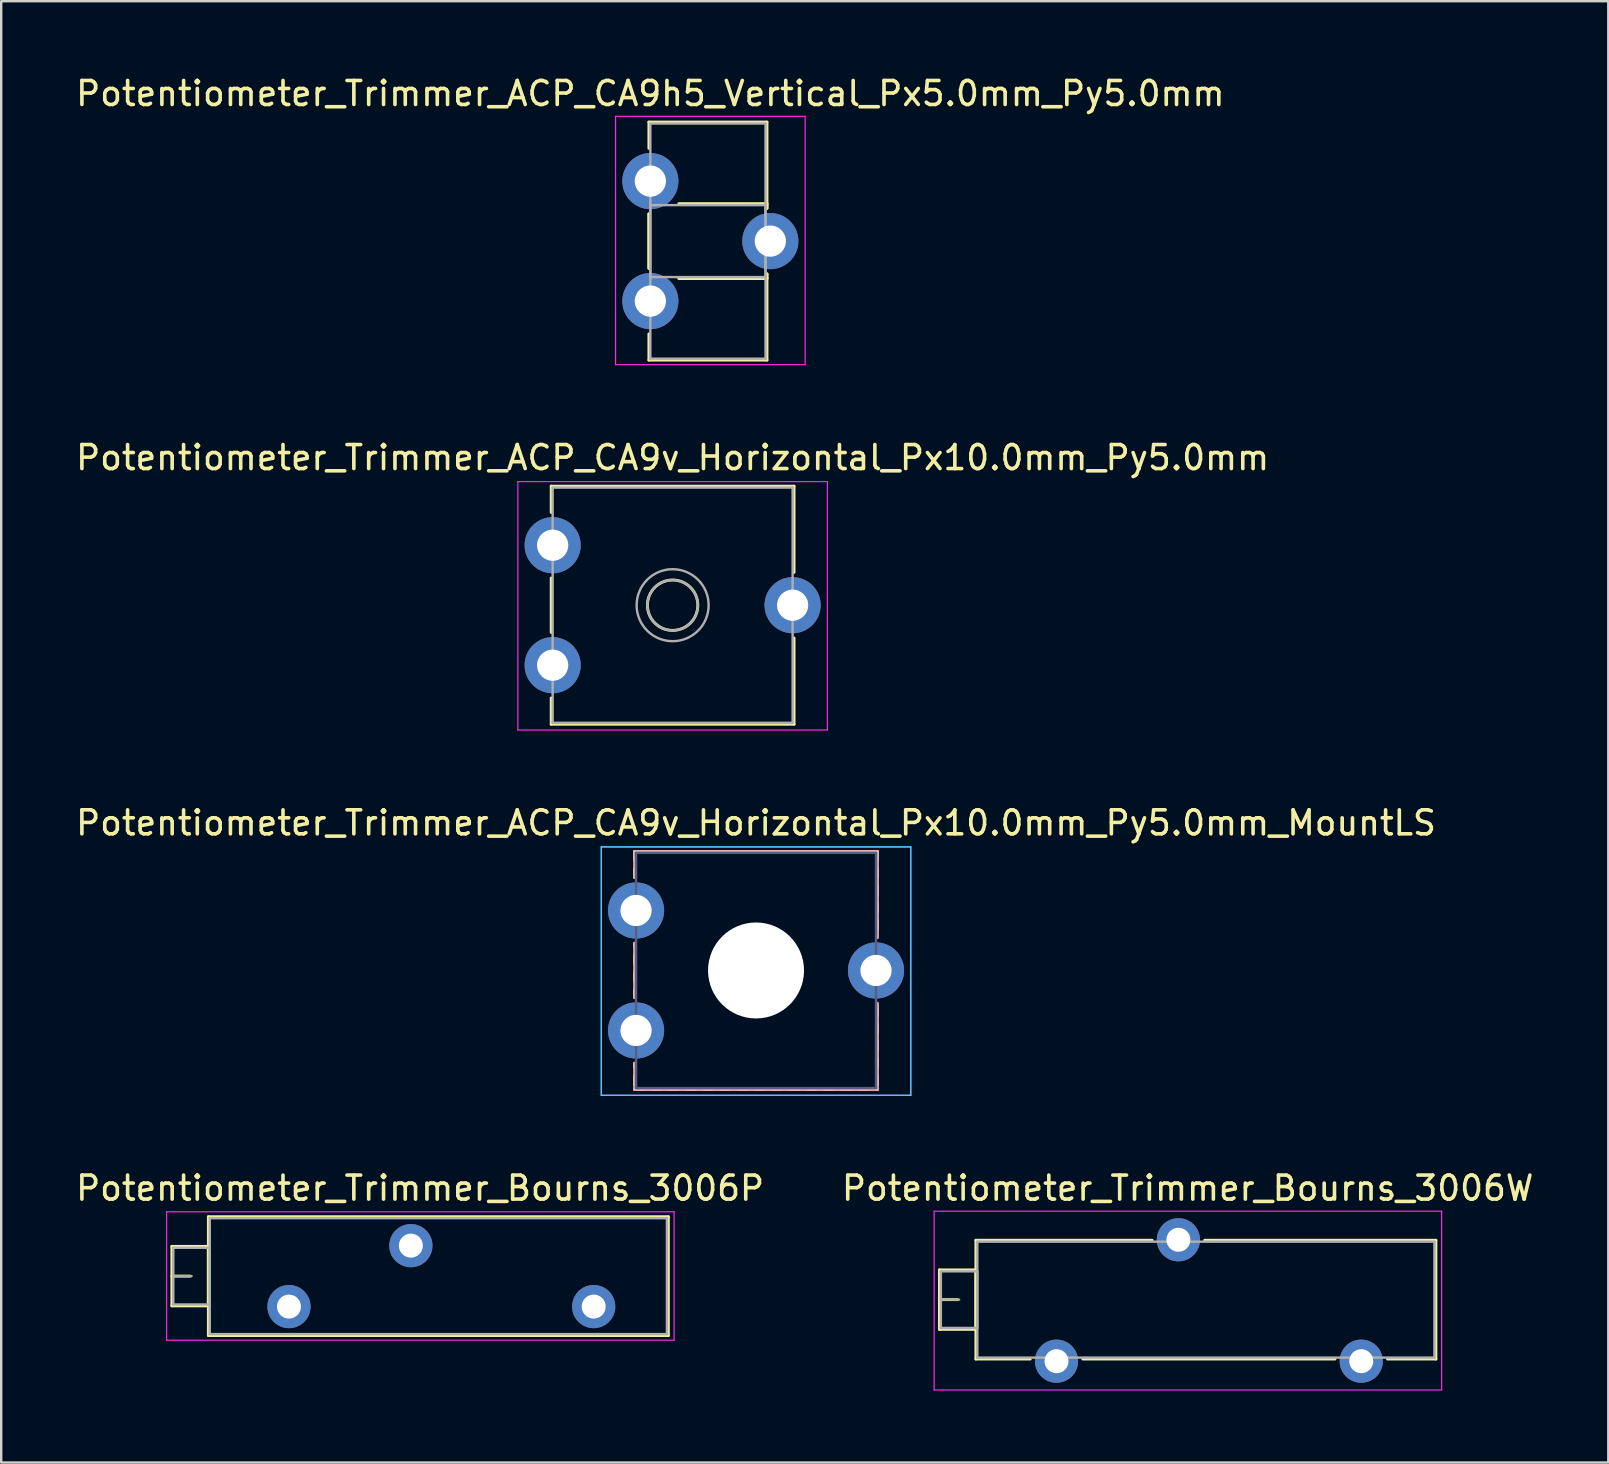
<source format=kicad_pcb>
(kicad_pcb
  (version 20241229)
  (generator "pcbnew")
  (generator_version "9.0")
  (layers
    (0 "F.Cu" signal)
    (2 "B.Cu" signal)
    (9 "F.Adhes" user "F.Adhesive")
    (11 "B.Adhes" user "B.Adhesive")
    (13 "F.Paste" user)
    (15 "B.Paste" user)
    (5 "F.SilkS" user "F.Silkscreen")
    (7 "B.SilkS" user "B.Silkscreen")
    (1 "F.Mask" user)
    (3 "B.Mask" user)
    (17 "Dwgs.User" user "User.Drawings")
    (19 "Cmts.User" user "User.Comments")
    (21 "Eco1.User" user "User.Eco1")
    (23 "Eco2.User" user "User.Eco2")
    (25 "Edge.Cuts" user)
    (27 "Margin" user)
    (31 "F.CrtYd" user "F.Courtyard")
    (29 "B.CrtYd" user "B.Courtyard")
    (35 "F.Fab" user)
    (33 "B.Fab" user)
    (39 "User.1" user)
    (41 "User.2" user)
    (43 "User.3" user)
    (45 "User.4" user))
  (footprint "Potentiometer_Trimmer_ACP_CA9h5_Vertical_Px5.0mm_Py5.0mm"
    (layer "F.Cu")
    (at 24.054 4.498)
    (property "Reference" "Potentiometer_Trimmer_ACP_CA9h5_Vertical_Px5.0mm_Py5.0mm" (at 0 -3.65 0) (layer "F.SilkS") (effects (font (size 1 1) (thickness 0.15))))
    (attr through_hole)
    (fp_line (start -0.061 -2.461) (end -0.061 -1.365) (stroke (width 0.12) (type solid)) (layer "F.SilkS"))
    (fp_line (start -0.061 -2.461) (end 4.86 -2.461) (stroke (width 0.12) (type solid)) (layer "F.SilkS"))
    (fp_line (start -0.061 1.365) (end -0.061 3.635) (stroke (width 0.12) (type solid)) (layer "F.SilkS"))
    (fp_line (start -0.061 1.365) (end -0.061 3.635) (stroke (width 0.12) (type solid)) (layer "F.SilkS"))
    (fp_line (start -0.061 6.365) (end -0.061 7.46) (stroke (width 0.12) (type solid)) (layer "F.SilkS"))
    (fp_line (start -0.061 7.46) (end 4.86 7.46) (stroke (width 0.12) (type solid)) (layer "F.SilkS"))
    (fp_line (start 1.185 0.94) (end 4.86 0.94) (stroke (width 0.12) (type solid)) (layer "F.SilkS"))
    (fp_line (start 1.185 4.061) (end 4.86 4.061) (stroke (width 0.12) (type solid)) (layer "F.SilkS"))
    (fp_line (start 4.86 -2.461) (end 4.86 1.135) (stroke (width 0.12) (type solid)) (layer "F.SilkS"))
    (fp_line (start 4.86 0.94) (end 4.86 1.135) (stroke (width 0.12) (type solid)) (layer "F.SilkS"))
    (fp_line (start 4.86 3.865) (end 4.86 4.061) (stroke (width 0.12) (type solid)) (layer "F.SilkS"))
    (fp_line (start 4.86 3.865) (end 4.86 7.46) (stroke (width 0.12) (type solid)) (layer "F.SilkS"))
    (fp_line (start -1.45 -2.7) (end -1.45 7.65) (stroke (width 0.05) (type solid)) (layer "F.CrtYd"))
    (fp_line (start -1.45 7.65) (end 6.45 7.65) (stroke (width 0.05) (type solid)) (layer "F.CrtYd"))
    (fp_line (start 6.45 -2.7) (end -1.45 -2.7) (stroke (width 0.05) (type solid)) (layer "F.CrtYd"))
    (fp_line (start 6.45 7.65) (end 6.45 -2.7) (stroke (width 0.05) (type solid)) (layer "F.CrtYd"))
    (fp_line (start 0 -2.4) (end 4.8 -2.4) (stroke (width 0.1) (type solid)) (layer "F.Fab"))
    (fp_line (start 0 1) (end 0 4) (stroke (width 0.1) (type solid)) (layer "F.Fab"))
    (fp_line (start 0 4) (end 4.8 4) (stroke (width 0.1) (type solid)) (layer "F.Fab"))
    (fp_line (start 0 7.4) (end 0 -2.4) (stroke (width 0.1) (type solid)) (layer "F.Fab"))
    (fp_line (start 4.8 -2.4) (end 4.8 7.4) (stroke (width 0.1) (type solid)) (layer "F.Fab"))
    (fp_line (start 4.8 1) (end 0 1) (stroke (width 0.1) (type solid)) (layer "F.Fab"))
    (fp_line (start 4.8 4) (end 4.8 1) (stroke (width 0.1) (type solid)) (layer "F.Fab"))
    (fp_line (start 4.8 7.4) (end 0 7.4) (stroke (width 0.1) (type solid)) (layer "F.Fab"))
    (pad "1" thru_hole circle (at 0 0) (size 2.34 2.34) (drill 1.3) (layers "*.Cu" "*.Mask"))
    (pad "2" thru_hole circle (at 5 2.5) (size 2.34 2.34) (drill 1.3) (layers "*.Cu" "*.Mask"))
    (pad "3" thru_hole circle (at 0 5) (size 2.34 2.34) (drill 1.3) (layers "*.Cu" "*.Mask")))
  (footprint "Potentiometer_Trimmer_Bourns_3006W"
    (layer "F.Cu")
    (at 53.681 53.678)
    (property "Reference" "Potentiometer_Trimmer_Bourns_3006W" (at -7.235 -7.21 0) (layer "F.SilkS") (effects (font (size 1 1) (thickness 0.15))))
    (attr through_hole)
    (fp_line (start -17.58 -3.805) (end -17.58 -1.325) (stroke (width 0.12) (type solid)) (layer "F.SilkS"))
    (fp_line (start -17.58 -3.805) (end -16.061 -3.805) (stroke (width 0.12) (type solid)) (layer "F.SilkS"))
    (fp_line (start -17.58 -2.565) (end -16.82 -2.565) (stroke (width 0.12) (type solid)) (layer "F.SilkS"))
    (fp_line (start -17.58 -1.325) (end -16.061 -1.325) (stroke (width 0.12) (type solid)) (layer "F.SilkS"))
    (fp_line (start -16.061 -3.805) (end -16.061 -1.325) (stroke (width 0.12) (type solid)) (layer "F.SilkS"))
    (fp_line (start -16.06 -5.04) (end -16.06 -0.089) (stroke (width 0.12) (type solid)) (layer "F.SilkS"))
    (fp_line (start -16.06 -5.04) (end -8.715 -5.04) (stroke (width 0.12) (type solid)) (layer "F.SilkS"))
    (fp_line (start -16.06 -0.089) (end -13.794 -0.089) (stroke (width 0.12) (type solid)) (layer "F.SilkS"))
    (fp_line (start -11.605 -0.089) (end -1.095 -0.089) (stroke (width 0.12) (type solid)) (layer "F.SilkS"))
    (fp_line (start -6.525 -5.04) (end 3.111 -5.04) (stroke (width 0.12) (type solid)) (layer "F.SilkS"))
    (fp_line (start 1.095 -0.089) (end 3.111 -0.089) (stroke (width 0.12) (type solid)) (layer "F.SilkS"))
    (fp_line (start 3.111 -5.04) (end 3.111 -0.089) (stroke (width 0.12) (type solid)) (layer "F.SilkS"))
    (fp_line (start -17.8 -6.25) (end -17.8 1.2) (stroke (width 0.05) (type solid)) (layer "F.CrtYd"))
    (fp_line (start -17.8 1.2) (end 3.35 1.2) (stroke (width 0.05) (type solid)) (layer "F.CrtYd"))
    (fp_line (start 3.35 -6.25) (end -17.8 -6.25) (stroke (width 0.05) (type solid)) (layer "F.CrtYd"))
    (fp_line (start 3.35 1.2) (end 3.35 -6.25) (stroke (width 0.05) (type solid)) (layer "F.CrtYd"))
    (fp_line (start -17.52 -3.745) (end -17.52 -1.385) (stroke (width 0.1) (type solid)) (layer "F.Fab"))
    (fp_line (start -17.52 -2.565) (end -16.76 -2.565) (stroke (width 0.1) (type solid)) (layer "F.Fab"))
    (fp_line (start -17.52 -1.385) (end -16 -1.385) (stroke (width 0.1) (type solid)) (layer "F.Fab"))
    (fp_line (start -16 -4.98) (end -16 -0.15) (stroke (width 0.1) (type solid)) (layer "F.Fab"))
    (fp_line (start -16 -3.745) (end -17.52 -3.745) (stroke (width 0.1) (type solid)) (layer "F.Fab"))
    (fp_line (start -16 -1.385) (end -16 -3.745) (stroke (width 0.1) (type solid)) (layer "F.Fab"))
    (fp_line (start -16 -0.15) (end 3.05 -0.15) (stroke (width 0.1) (type solid)) (layer "F.Fab"))
    (fp_line (start 3.05 -4.98) (end -16 -4.98) (stroke (width 0.1) (type solid)) (layer "F.Fab"))
    (fp_line (start 3.05 -0.15) (end 3.05 -4.98) (stroke (width 0.1) (type solid)) (layer "F.Fab"))
    (pad "1" thru_hole circle (at 0 0) (size 1.8 1.8) (drill 1) (layers "*.Cu" "*.Mask"))
    (pad "2" thru_hole circle (at -7.62 -5.06) (size 1.8 1.8) (drill 1) (layers "*.Cu" "*.Mask"))
    (pad "3" thru_hole circle (at -12.7 0) (size 1.8 1.8) (drill 1) (layers "*.Cu" "*.Mask")))
  (footprint "Potentiometer_Trimmer_ACP_CA9v_Horizontal_Px10.0mm_Py5.0mm"
    (layer "F.Cu")
    (at 19.982 24.672)
    (property "Reference" "Potentiometer_Trimmer_ACP_CA9v_Horizontal_Px10.0mm_Py5.0mm" (at 5 -8.65 0) (layer "F.SilkS") (effects (font (size 1 1) (thickness 0.15))))
    (attr through_hole)
    (fp_line (start -0.06 -7.461) (end -0.06 -6.365) (stroke (width 0.12) (type solid)) (layer "F.SilkS"))
    (fp_line (start -0.06 -7.461) (end 10.06 -7.461) (stroke (width 0.12) (type solid)) (layer "F.SilkS"))
    (fp_line (start -0.06 -3.635) (end -0.06 -1.365) (stroke (width 0.12) (type solid)) (layer "F.SilkS"))
    (fp_line (start -0.06 1.365) (end -0.06 2.46) (stroke (width 0.12) (type solid)) (layer "F.SilkS"))
    (fp_line (start -0.06 2.46) (end 10.06 2.46) (stroke (width 0.12) (type solid)) (layer "F.SilkS"))
    (fp_line (start 10.06 -7.461) (end 10.06 -3.865) (stroke (width 0.12) (type solid)) (layer "F.SilkS"))
    (fp_line (start 10.06 -1.135) (end 10.06 2.46) (stroke (width 0.12) (type solid)) (layer "F.SilkS"))
    (fp_circle (center 5 -2.5) (end 6.05 -2.5) (stroke (width 0.12) (type solid)) (fill no) (layer "F.SilkS"))
    (fp_line (start -1.45 -7.65) (end -1.45 2.7) (stroke (width 0.05) (type solid)) (layer "F.CrtYd"))
    (fp_line (start -1.45 2.7) (end 11.45 2.7) (stroke (width 0.05) (type solid)) (layer "F.CrtYd"))
    (fp_line (start 11.45 -7.65) (end -1.45 -7.65) (stroke (width 0.05) (type solid)) (layer "F.CrtYd"))
    (fp_line (start 11.45 2.7) (end 11.45 -7.65) (stroke (width 0.05) (type solid)) (layer "F.CrtYd"))
    (fp_line (start 0 -7.4) (end 0 2.4) (stroke (width 0.1) (type solid)) (layer "F.Fab"))
    (fp_line (start 0 2.4) (end 10 2.4) (stroke (width 0.1) (type solid)) (layer "F.Fab"))
    (fp_line (start 10 -7.4) (end 0 -7.4) (stroke (width 0.1) (type solid)) (layer "F.Fab"))
    (fp_line (start 10 2.4) (end 10 -7.4) (stroke (width 0.1) (type solid)) (layer "F.Fab"))
    (fp_circle (center 5 -2.5) (end 6.05 -2.5) (stroke (width 0.1) (type solid)) (fill no) (layer "F.Fab"))
    (fp_circle (center 5 -2.5) (end 6.5 -2.5) (stroke (width 0.1) (type solid)) (fill no) (layer "F.Fab"))
    (pad "1" thru_hole circle (at 0 0) (size 2.34 2.34) (drill 1.3) (layers "*.Cu" "*.Mask"))
    (pad "2" thru_hole circle (at 10 -2.5) (size 2.34 2.34) (drill 1.3) (layers "*.Cu" "*.Mask"))
    (pad "3" thru_hole circle (at 0 -5) (size 2.34 2.34) (drill 1.3) (layers "*.Cu" "*.Mask")))
  (footprint "Potentiometer_Trimmer_Bourns_3006P"
    (layer "F.Cu")
    (at 21.693 51.403)
    (property "Reference" "Potentiometer_Trimmer_Bourns_3006P" (at -7.235 -4.935 0) (layer "F.SilkS") (effects (font (size 1 1) (thickness 0.15))))
    (attr through_hole)
    (fp_line (start -17.58 -2.51) (end -17.58 -0.03) (stroke (width 0.12) (type solid)) (layer "F.SilkS"))
    (fp_line (start -17.58 -2.51) (end -16.061 -2.51) (stroke (width 0.12) (type solid)) (layer "F.SilkS"))
    (fp_line (start -17.58 -1.27) (end -16.82 -1.27) (stroke (width 0.12) (type solid)) (layer "F.SilkS"))
    (fp_line (start -17.58 -0.03) (end -16.061 -0.03) (stroke (width 0.12) (type solid)) (layer "F.SilkS"))
    (fp_line (start -16.061 -2.51) (end -16.061 -0.03) (stroke (width 0.12) (type solid)) (layer "F.SilkS"))
    (fp_line (start -16.06 -3.745) (end -16.06 1.206) (stroke (width 0.12) (type solid)) (layer "F.SilkS"))
    (fp_line (start -16.06 -3.745) (end 3.111 -3.745) (stroke (width 0.12) (type solid)) (layer "F.SilkS"))
    (fp_line (start -16.06 1.206) (end 3.111 1.206) (stroke (width 0.12) (type solid)) (layer "F.SilkS"))
    (fp_line (start 3.111 -3.745) (end 3.111 1.206) (stroke (width 0.12) (type solid)) (layer "F.SilkS"))
    (fp_line (start -17.8 -3.95) (end -17.8 1.4) (stroke (width 0.05) (type solid)) (layer "F.CrtYd"))
    (fp_line (start -17.8 1.4) (end 3.35 1.4) (stroke (width 0.05) (type solid)) (layer "F.CrtYd"))
    (fp_line (start 3.35 -3.95) (end -17.8 -3.95) (stroke (width 0.05) (type solid)) (layer "F.CrtYd"))
    (fp_line (start 3.35 1.4) (end 3.35 -3.95) (stroke (width 0.05) (type solid)) (layer "F.CrtYd"))
    (fp_line (start -17.52 -2.45) (end -17.52 -0.09) (stroke (width 0.1) (type solid)) (layer "F.Fab"))
    (fp_line (start -17.52 -1.27) (end -16.76 -1.27) (stroke (width 0.1) (type solid)) (layer "F.Fab"))
    (fp_line (start -17.52 -0.09) (end -16 -0.09) (stroke (width 0.1) (type solid)) (layer "F.Fab"))
    (fp_line (start -16 -3.685) (end -16 1.145) (stroke (width 0.1) (type solid)) (layer "F.Fab"))
    (fp_line (start -16 -2.45) (end -17.52 -2.45) (stroke (width 0.1) (type solid)) (layer "F.Fab"))
    (fp_line (start -16 -0.09) (end -16 -2.45) (stroke (width 0.1) (type solid)) (layer "F.Fab"))
    (fp_line (start -16 1.145) (end 3.05 1.145) (stroke (width 0.1) (type solid)) (layer "F.Fab"))
    (fp_line (start 3.05 -3.685) (end -16 -3.685) (stroke (width 0.1) (type solid)) (layer "F.Fab"))
    (fp_line (start 3.05 1.145) (end 3.05 -3.685) (stroke (width 0.1) (type solid)) (layer "F.Fab"))
    (pad "1" thru_hole circle (at 0 0) (size 1.8 1.8) (drill 1) (layers "*.Cu" "*.Mask"))
    (pad "2" thru_hole circle (at -7.62 -2.54) (size 1.8 1.8) (drill 1) (layers "*.Cu" "*.Mask"))
    (pad "3" thru_hole circle (at -12.7 0) (size 1.8 1.8) (drill 1) (layers "*.Cu" "*.Mask")))
  (footprint "Potentiometer_Trimmer_ACP_CA9v_Horizontal_Px10.0mm_Py5.0mm_MountLS"
    (layer "F.Cu")
    (at 23.458 39.895)
    (property "Reference" "Potentiometer_Trimmer_ACP_CA9v_Horizontal_Px10.0mm_Py5.0mm_MountLS" (at 5 -8.65 0) (layer "F.SilkS") (effects (font (size 1 1) (thickness 0.15))))
    (attr through_hole)
    (fp_line (start -0.06 -7.461) (end -0.06 -7.101) (stroke (width 0.12) (type solid)) (layer "F.SilkS"))
    (fp_line (start -0.06 -7.461) (end 0.3 -7.461) (stroke (width 0.12) (type solid)) (layer "F.SilkS"))
    (fp_line (start -0.06 -6.741) (end -0.06 -6.381) (stroke (width 0.12) (type solid)) (layer "F.SilkS"))
    (fp_line (start -0.06 -3.635) (end -0.06 -3.5) (stroke (width 0.12) (type solid)) (layer "F.SilkS"))
    (fp_line (start -0.06 -3.14) (end -0.06 -2.78) (stroke (width 0.12) (type solid)) (layer "F.SilkS"))
    (fp_line (start -0.06 -2.42) (end -0.06 -2.06) (stroke (width 0.12) (type solid)) (layer "F.SilkS"))
    (fp_line (start -0.06 -1.7) (end -0.06 -1.365) (stroke (width 0.12) (type solid)) (layer "F.SilkS"))
    (fp_line (start -0.06 1.365) (end -0.06 1.54) (stroke (width 0.12) (type solid)) (layer "F.SilkS"))
    (fp_line (start -0.06 1.9) (end -0.06 2.26) (stroke (width 0.12) (type solid)) (layer "F.SilkS"))
    (fp_line (start -0.06 2.46) (end 0.3 2.46) (stroke (width 0.12) (type solid)) (layer "F.SilkS"))
    (fp_line (start 0.66 -7.461) (end 1.02 -7.461) (stroke (width 0.12) (type solid)) (layer "F.SilkS"))
    (fp_line (start 0.66 2.46) (end 1.02 2.46) (stroke (width 0.12) (type solid)) (layer "F.SilkS"))
    (fp_line (start 1.38 -7.461) (end 1.74 -7.461) (stroke (width 0.12) (type solid)) (layer "F.SilkS"))
    (fp_line (start 1.38 2.46) (end 1.74 2.46) (stroke (width 0.12) (type solid)) (layer "F.SilkS"))
    (fp_line (start 2.1 -7.461) (end 2.46 -7.461) (stroke (width 0.12) (type solid)) (layer "F.SilkS"))
    (fp_line (start 2.1 2.46) (end 2.46 2.46) (stroke (width 0.12) (type solid)) (layer "F.SilkS"))
    (fp_line (start 2.82 -7.461) (end 3.18 -7.461) (stroke (width 0.12) (type solid)) (layer "F.SilkS"))
    (fp_line (start 2.82 2.46) (end 3.18 2.46) (stroke (width 0.12) (type solid)) (layer "F.SilkS"))
    (fp_line (start 3.54 -7.461) (end 3.9 -7.461) (stroke (width 0.12) (type solid)) (layer "F.SilkS"))
    (fp_line (start 3.54 2.46) (end 3.9 2.46) (stroke (width 0.12) (type solid)) (layer "F.SilkS"))
    (fp_line (start 4.26 -7.461) (end 4.62 -7.461) (stroke (width 0.12) (type solid)) (layer "F.SilkS"))
    (fp_line (start 4.26 2.46) (end 4.62 2.46) (stroke (width 0.12) (type solid)) (layer "F.SilkS"))
    (fp_line (start 4.98 -7.461) (end 5.34 -7.461) (stroke (width 0.12) (type solid)) (layer "F.SilkS"))
    (fp_line (start 4.98 2.46) (end 5.34 2.46) (stroke (width 0.12) (type solid)) (layer "F.SilkS"))
    (fp_line (start 5.7 -7.461) (end 6.06 -7.461) (stroke (width 0.12) (type solid)) (layer "F.SilkS"))
    (fp_line (start 5.7 2.46) (end 6.06 2.46) (stroke (width 0.12) (type solid)) (layer "F.SilkS"))
    (fp_line (start 6.42 -7.461) (end 6.78 -7.461) (stroke (width 0.12) (type solid)) (layer "F.SilkS"))
    (fp_line (start 6.42 2.46) (end 6.78 2.46) (stroke (width 0.12) (type solid)) (layer "F.SilkS"))
    (fp_line (start 7.14 -7.461) (end 7.5 -7.461) (stroke (width 0.12) (type solid)) (layer "F.SilkS"))
    (fp_line (start 7.14 2.46) (end 7.5 2.46) (stroke (width 0.12) (type solid)) (layer "F.SilkS"))
    (fp_line (start 7.86 -7.461) (end 8.22 -7.461) (stroke (width 0.12) (type solid)) (layer "F.SilkS"))
    (fp_line (start 7.86 2.46) (end 8.22 2.46) (stroke (width 0.12) (type solid)) (layer "F.SilkS"))
    (fp_line (start 8.58 -7.461) (end 8.94 -7.461) (stroke (width 0.12) (type solid)) (layer "F.SilkS"))
    (fp_line (start 8.58 2.46) (end 8.94 2.46) (stroke (width 0.12) (type solid)) (layer "F.SilkS"))
    (fp_line (start 9.3 -7.461) (end 9.66 -7.461) (stroke (width 0.12) (type solid)) (layer "F.SilkS"))
    (fp_line (start 9.3 2.46) (end 9.66 2.46) (stroke (width 0.12) (type solid)) (layer "F.SilkS"))
    (fp_line (start 10.02 -7.461) (end 10.06 -7.461) (stroke (width 0.12) (type solid)) (layer "F.SilkS"))
    (fp_line (start 10.02 2.46) (end 10.06 2.46) (stroke (width 0.12) (type solid)) (layer "F.SilkS"))
    (fp_line (start 10.06 -7.461) (end 10.06 -7.101) (stroke (width 0.12) (type solid)) (layer "F.SilkS"))
    (fp_line (start 10.06 -6.741) (end 10.06 -6.381) (stroke (width 0.12) (type solid)) (layer "F.SilkS"))
    (fp_line (start 10.06 -6.021) (end 10.06 -5.661) (stroke (width 0.12) (type solid)) (layer "F.SilkS"))
    (fp_line (start 10.06 -5.301) (end 10.06 -4.94) (stroke (width 0.12) (type solid)) (layer "F.SilkS"))
    (fp_line (start 10.06 -4.58) (end 10.06 -4.22) (stroke (width 0.12) (type solid)) (layer "F.SilkS"))
    (fp_line (start 10.06 -0.98) (end 10.06 -0.62) (stroke (width 0.12) (type solid)) (layer "F.SilkS"))
    (fp_line (start 10.06 -0.26) (end 10.06 0.1) (stroke (width 0.12) (type solid)) (layer "F.SilkS"))
    (fp_line (start 10.06 0.46) (end 10.06 0.82) (stroke (width 0.12) (type solid)) (layer "F.SilkS"))
    (fp_line (start 10.06 1.18) (end 10.06 1.54) (stroke (width 0.12) (type solid)) (layer "F.SilkS"))
    (fp_line (start 10.06 1.9) (end 10.06 2.26) (stroke (width 0.12) (type solid)) (layer "F.SilkS"))
    (fp_line (start -0.06 -7.461) (end -0.06 -6.365) (stroke (width 0.12) (type solid)) (layer "B.SilkS"))
    (fp_line (start -0.06 -7.461) (end 10.06 -7.461) (stroke (width 0.12) (type solid)) (layer "B.SilkS"))
    (fp_line (start -0.06 -3.635) (end -0.06 -1.365) (stroke (width 0.12) (type solid)) (layer "B.SilkS"))
    (fp_line (start -0.06 1.365) (end -0.06 2.46) (stroke (width 0.12) (type solid)) (layer "B.SilkS"))
    (fp_line (start -0.06 2.46) (end 10.06 2.46) (stroke (width 0.12) (type solid)) (layer "B.SilkS"))
    (fp_line (start 10.06 -7.461) (end 10.06 -3.865) (stroke (width 0.12) (type solid)) (layer "B.SilkS"))
    (fp_line (start 10.06 -1.135) (end 10.06 2.46) (stroke (width 0.12) (type solid)) (layer "B.SilkS"))
    (fp_line (start -1.45 -7.65) (end -1.45 2.7) (stroke (width 0.05) (type solid)) (layer "B.CrtYd"))
    (fp_line (start -1.45 2.7) (end 11.45 2.7) (stroke (width 0.05) (type solid)) (layer "B.CrtYd"))
    (fp_line (start 11.45 -7.65) (end -1.45 -7.65) (stroke (width 0.05) (type solid)) (layer "B.CrtYd"))
    (fp_line (start 11.45 2.7) (end 11.45 -7.65) (stroke (width 0.05) (type solid)) (layer "B.CrtYd"))
    (fp_line (start -1.45 -7.65) (end -1.45 2.7) (stroke (width 0.05) (type solid)) (layer "F.CrtYd"))
    (fp_line (start -1.45 2.7) (end 11.45 2.7) (stroke (width 0.05) (type solid)) (layer "F.CrtYd"))
    (fp_line (start 11.45 -7.65) (end -1.45 -7.65) (stroke (width 0.05) (type solid)) (layer "F.CrtYd"))
    (fp_line (start 11.45 2.7) (end 11.45 -7.65) (stroke (width 0.05) (type solid)) (layer "F.CrtYd"))
    (fp_line (start 0 -7.4) (end 0 2.4) (stroke (width 0.1) (type solid)) (layer "B.Fab"))
    (fp_line (start 0 2.4) (end 10 2.4) (stroke (width 0.1) (type solid)) (layer "B.Fab"))
    (fp_line (start 10 -7.4) (end 0 -7.4) (stroke (width 0.1) (type solid)) (layer "B.Fab"))
    (fp_line (start 10 2.4) (end 10 -7.4) (stroke (width 0.1) (type solid)) (layer "B.Fab"))
    (fp_circle (center 5 -2.5) (end 6.05 -2.5) (stroke (width 0.1) (type solid)) (fill no) (layer "B.Fab"))
    (fp_circle (center 5 -2.5) (end 6.5 -2.5) (stroke (width 0.1) (type solid)) (fill no) (layer "B.Fab"))
    (pad "" np_thru_hole circle (at 5 -2.5) (size 4 4) (drill 4) (layers "*.Cu" "*.Mask"))
    (pad "1" thru_hole circle (at 0 0) (size 2.34 2.34) (drill 1.3) (layers "*.Cu" "*.Mask"))
    (pad "2" thru_hole circle (at 10 -2.5) (size 2.34 2.34) (drill 1.3) (layers "*.Cu" "*.Mask"))
    (pad "3" thru_hole circle (at 0 -5) (size 2.34 2.34) (drill 1.3) (layers "*.Cu" "*.Mask")))
  (gr_rect
    (start -3 -3)
    (end 63.976 57.903)
    (stroke (width 0.1) (type default))
    (fill no)
    (layer "Edge.Cuts")))
</source>
